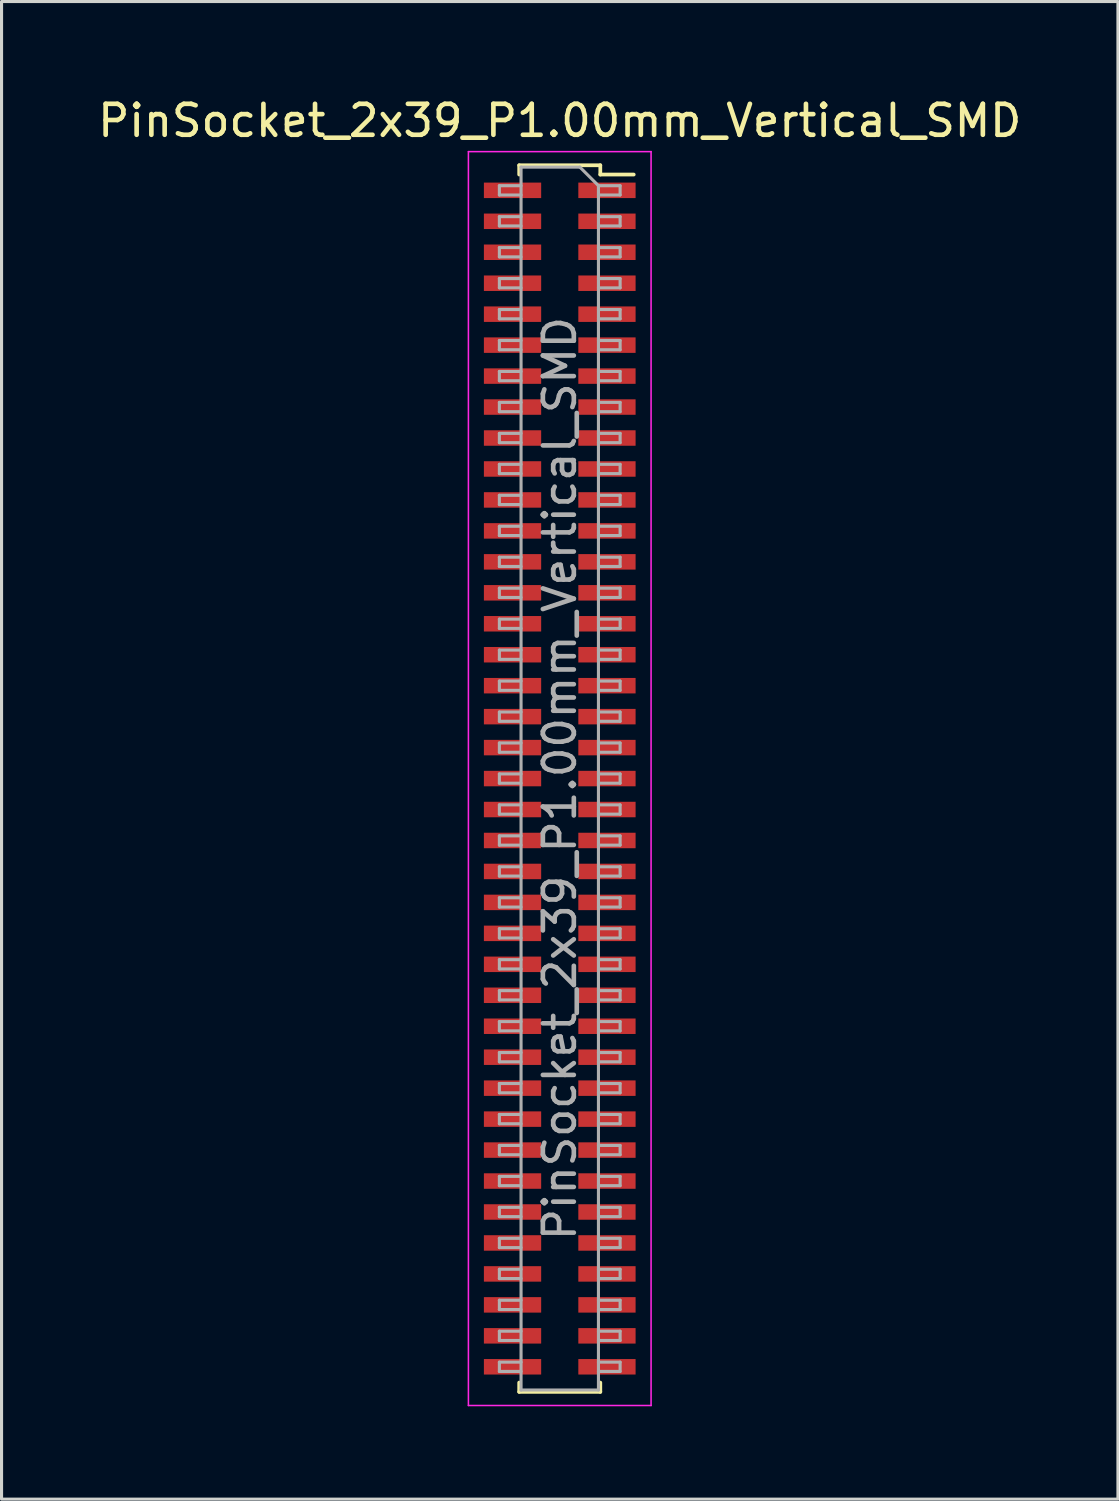
<source format=kicad_pcb>
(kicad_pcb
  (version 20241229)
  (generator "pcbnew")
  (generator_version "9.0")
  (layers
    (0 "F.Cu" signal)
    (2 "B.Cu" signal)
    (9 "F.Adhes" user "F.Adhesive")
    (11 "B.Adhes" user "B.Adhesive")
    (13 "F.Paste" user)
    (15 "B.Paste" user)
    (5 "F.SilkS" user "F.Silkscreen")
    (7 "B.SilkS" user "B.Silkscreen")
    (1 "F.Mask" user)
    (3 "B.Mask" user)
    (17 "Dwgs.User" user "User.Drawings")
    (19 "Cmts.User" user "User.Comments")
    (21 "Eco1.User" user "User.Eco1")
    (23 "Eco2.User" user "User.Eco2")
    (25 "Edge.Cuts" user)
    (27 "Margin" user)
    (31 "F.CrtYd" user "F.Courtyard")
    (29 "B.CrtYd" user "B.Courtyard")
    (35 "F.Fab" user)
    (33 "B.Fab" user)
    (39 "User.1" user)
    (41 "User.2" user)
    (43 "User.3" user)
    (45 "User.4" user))
  (footprint "PinSocket_2x39_P1.00mm_Vertical_SMD"
    (layer "F.Cu")
    (at 15.03 22.098)
    (property "Reference" "PinSocket_2x39_P1.00mm_Vertical_SMD" (at 0 -21.25 0) (layer "F.SilkS") (effects (font (size 1 1) (thickness 0.15))))
    (attr smd)
    (fp_line (start -1.31 -19.81) (end -1.31 -19.51) (stroke (width 0.12) (type solid)) (layer "F.SilkS"))
    (fp_line (start -1.31 -19.81) (end 1.31 -19.81) (stroke (width 0.12) (type solid)) (layer "F.SilkS"))
    (fp_line (start -1.31 19.51) (end -1.31 19.81) (stroke (width 0.12) (type solid)) (layer "F.SilkS"))
    (fp_line (start -1.31 19.81) (end 1.31 19.81) (stroke (width 0.12) (type solid)) (layer "F.SilkS"))
    (fp_line (start 1.31 -19.81) (end 1.31 -19.51) (stroke (width 0.12) (type solid)) (layer "F.SilkS"))
    (fp_line (start 1.31 -19.51) (end 2.39 -19.51) (stroke (width 0.12) (type solid)) (layer "F.SilkS"))
    (fp_line (start 1.31 19.51) (end 1.31 19.81) (stroke (width 0.12) (type solid)) (layer "F.SilkS"))
    (fp_line (start -2.95 -20.25) (end 2.95 -20.25) (stroke (width 0.05) (type solid)) (layer "F.CrtYd"))
    (fp_line (start -2.95 20.25) (end -2.95 -20.25) (stroke (width 0.05) (type solid)) (layer "F.CrtYd"))
    (fp_line (start 2.95 -20.25) (end 2.95 20.25) (stroke (width 0.05) (type solid)) (layer "F.CrtYd"))
    (fp_line (start 2.95 20.25) (end -2.95 20.25) (stroke (width 0.05) (type solid)) (layer "F.CrtYd"))
    (fp_line (start -1.95 -19.15) (end -1.25 -19.15) (stroke (width 0.1) (type solid)) (layer "F.Fab"))
    (fp_line (start -1.95 -18.85) (end -1.95 -19.15) (stroke (width 0.1) (type solid)) (layer "F.Fab"))
    (fp_line (start -1.95 -18.15) (end -1.25 -18.15) (stroke (width 0.1) (type solid)) (layer "F.Fab"))
    (fp_line (start -1.95 -17.85) (end -1.95 -18.15) (stroke (width 0.1) (type solid)) (layer "F.Fab"))
    (fp_line (start -1.95 -17.15) (end -1.25 -17.15) (stroke (width 0.1) (type solid)) (layer "F.Fab"))
    (fp_line (start -1.95 -16.85) (end -1.95 -17.15) (stroke (width 0.1) (type solid)) (layer "F.Fab"))
    (fp_line (start -1.95 -16.15) (end -1.25 -16.15) (stroke (width 0.1) (type solid)) (layer "F.Fab"))
    (fp_line (start -1.95 -15.85) (end -1.95 -16.15) (stroke (width 0.1) (type solid)) (layer "F.Fab"))
    (fp_line (start -1.95 -15.15) (end -1.25 -15.15) (stroke (width 0.1) (type solid)) (layer "F.Fab"))
    (fp_line (start -1.95 -14.85) (end -1.95 -15.15) (stroke (width 0.1) (type solid)) (layer "F.Fab"))
    (fp_line (start -1.95 -14.15) (end -1.25 -14.15) (stroke (width 0.1) (type solid)) (layer "F.Fab"))
    (fp_line (start -1.95 -13.85) (end -1.95 -14.15) (stroke (width 0.1) (type solid)) (layer "F.Fab"))
    (fp_line (start -1.95 -13.15) (end -1.25 -13.15) (stroke (width 0.1) (type solid)) (layer "F.Fab"))
    (fp_line (start -1.95 -12.85) (end -1.95 -13.15) (stroke (width 0.1) (type solid)) (layer "F.Fab"))
    (fp_line (start -1.95 -12.15) (end -1.25 -12.15) (stroke (width 0.1) (type solid)) (layer "F.Fab"))
    (fp_line (start -1.95 -11.85) (end -1.95 -12.15) (stroke (width 0.1) (type solid)) (layer "F.Fab"))
    (fp_line (start -1.95 -11.15) (end -1.25 -11.15) (stroke (width 0.1) (type solid)) (layer "F.Fab"))
    (fp_line (start -1.95 -10.85) (end -1.95 -11.15) (stroke (width 0.1) (type solid)) (layer "F.Fab"))
    (fp_line (start -1.95 -10.15) (end -1.25 -10.15) (stroke (width 0.1) (type solid)) (layer "F.Fab"))
    (fp_line (start -1.95 -9.85) (end -1.95 -10.15) (stroke (width 0.1) (type solid)) (layer "F.Fab"))
    (fp_line (start -1.95 -9.15) (end -1.25 -9.15) (stroke (width 0.1) (type solid)) (layer "F.Fab"))
    (fp_line (start -1.95 -8.85) (end -1.95 -9.15) (stroke (width 0.1) (type solid)) (layer "F.Fab"))
    (fp_line (start -1.95 -8.15) (end -1.25 -8.15) (stroke (width 0.1) (type solid)) (layer "F.Fab"))
    (fp_line (start -1.95 -7.85) (end -1.95 -8.15) (stroke (width 0.1) (type solid)) (layer "F.Fab"))
    (fp_line (start -1.95 -7.15) (end -1.25 -7.15) (stroke (width 0.1) (type solid)) (layer "F.Fab"))
    (fp_line (start -1.95 -6.85) (end -1.95 -7.15) (stroke (width 0.1) (type solid)) (layer "F.Fab"))
    (fp_line (start -1.95 -6.15) (end -1.25 -6.15) (stroke (width 0.1) (type solid)) (layer "F.Fab"))
    (fp_line (start -1.95 -5.85) (end -1.95 -6.15) (stroke (width 0.1) (type solid)) (layer "F.Fab"))
    (fp_line (start -1.95 -5.15) (end -1.25 -5.15) (stroke (width 0.1) (type solid)) (layer "F.Fab"))
    (fp_line (start -1.95 -4.85) (end -1.95 -5.15) (stroke (width 0.1) (type solid)) (layer "F.Fab"))
    (fp_line (start -1.95 -4.15) (end -1.25 -4.15) (stroke (width 0.1) (type solid)) (layer "F.Fab"))
    (fp_line (start -1.95 -3.85) (end -1.95 -4.15) (stroke (width 0.1) (type solid)) (layer "F.Fab"))
    (fp_line (start -1.95 -3.15) (end -1.25 -3.15) (stroke (width 0.1) (type solid)) (layer "F.Fab"))
    (fp_line (start -1.95 -2.85) (end -1.95 -3.15) (stroke (width 0.1) (type solid)) (layer "F.Fab"))
    (fp_line (start -1.95 -2.15) (end -1.25 -2.15) (stroke (width 0.1) (type solid)) (layer "F.Fab"))
    (fp_line (start -1.95 -1.85) (end -1.95 -2.15) (stroke (width 0.1) (type solid)) (layer "F.Fab"))
    (fp_line (start -1.95 -1.15) (end -1.25 -1.15) (stroke (width 0.1) (type solid)) (layer "F.Fab"))
    (fp_line (start -1.95 -0.85) (end -1.95 -1.15) (stroke (width 0.1) (type solid)) (layer "F.Fab"))
    (fp_line (start -1.95 -0.15) (end -1.25 -0.15) (stroke (width 0.1) (type solid)) (layer "F.Fab"))
    (fp_line (start -1.95 0.15) (end -1.95 -0.15) (stroke (width 0.1) (type solid)) (layer "F.Fab"))
    (fp_line (start -1.95 0.85) (end -1.25 0.85) (stroke (width 0.1) (type solid)) (layer "F.Fab"))
    (fp_line (start -1.95 1.15) (end -1.95 0.85) (stroke (width 0.1) (type solid)) (layer "F.Fab"))
    (fp_line (start -1.95 1.85) (end -1.25 1.85) (stroke (width 0.1) (type solid)) (layer "F.Fab"))
    (fp_line (start -1.95 2.15) (end -1.95 1.85) (stroke (width 0.1) (type solid)) (layer "F.Fab"))
    (fp_line (start -1.95 2.85) (end -1.25 2.85) (stroke (width 0.1) (type solid)) (layer "F.Fab"))
    (fp_line (start -1.95 3.15) (end -1.95 2.85) (stroke (width 0.1) (type solid)) (layer "F.Fab"))
    (fp_line (start -1.95 3.85) (end -1.25 3.85) (stroke (width 0.1) (type solid)) (layer "F.Fab"))
    (fp_line (start -1.95 4.15) (end -1.95 3.85) (stroke (width 0.1) (type solid)) (layer "F.Fab"))
    (fp_line (start -1.95 4.85) (end -1.25 4.85) (stroke (width 0.1) (type solid)) (layer "F.Fab"))
    (fp_line (start -1.95 5.15) (end -1.95 4.85) (stroke (width 0.1) (type solid)) (layer "F.Fab"))
    (fp_line (start -1.95 5.85) (end -1.25 5.85) (stroke (width 0.1) (type solid)) (layer "F.Fab"))
    (fp_line (start -1.95 6.15) (end -1.95 5.85) (stroke (width 0.1) (type solid)) (layer "F.Fab"))
    (fp_line (start -1.95 6.85) (end -1.25 6.85) (stroke (width 0.1) (type solid)) (layer "F.Fab"))
    (fp_line (start -1.95 7.15) (end -1.95 6.85) (stroke (width 0.1) (type solid)) (layer "F.Fab"))
    (fp_line (start -1.95 7.85) (end -1.25 7.85) (stroke (width 0.1) (type solid)) (layer "F.Fab"))
    (fp_line (start -1.95 8.15) (end -1.95 7.85) (stroke (width 0.1) (type solid)) (layer "F.Fab"))
    (fp_line (start -1.95 8.85) (end -1.25 8.85) (stroke (width 0.1) (type solid)) (layer "F.Fab"))
    (fp_line (start -1.95 9.15) (end -1.95 8.85) (stroke (width 0.1) (type solid)) (layer "F.Fab"))
    (fp_line (start -1.95 9.85) (end -1.25 9.85) (stroke (width 0.1) (type solid)) (layer "F.Fab"))
    (fp_line (start -1.95 10.15) (end -1.95 9.85) (stroke (width 0.1) (type solid)) (layer "F.Fab"))
    (fp_line (start -1.95 10.85) (end -1.25 10.85) (stroke (width 0.1) (type solid)) (layer "F.Fab"))
    (fp_line (start -1.95 11.15) (end -1.95 10.85) (stroke (width 0.1) (type solid)) (layer "F.Fab"))
    (fp_line (start -1.95 11.85) (end -1.25 11.85) (stroke (width 0.1) (type solid)) (layer "F.Fab"))
    (fp_line (start -1.95 12.15) (end -1.95 11.85) (stroke (width 0.1) (type solid)) (layer "F.Fab"))
    (fp_line (start -1.95 12.85) (end -1.25 12.85) (stroke (width 0.1) (type solid)) (layer "F.Fab"))
    (fp_line (start -1.95 13.15) (end -1.95 12.85) (stroke (width 0.1) (type solid)) (layer "F.Fab"))
    (fp_line (start -1.95 13.85) (end -1.25 13.85) (stroke (width 0.1) (type solid)) (layer "F.Fab"))
    (fp_line (start -1.95 14.15) (end -1.95 13.85) (stroke (width 0.1) (type solid)) (layer "F.Fab"))
    (fp_line (start -1.95 14.85) (end -1.25 14.85) (stroke (width 0.1) (type solid)) (layer "F.Fab"))
    (fp_line (start -1.95 15.15) (end -1.95 14.85) (stroke (width 0.1) (type solid)) (layer "F.Fab"))
    (fp_line (start -1.95 15.85) (end -1.25 15.85) (stroke (width 0.1) (type solid)) (layer "F.Fab"))
    (fp_line (start -1.95 16.15) (end -1.95 15.85) (stroke (width 0.1) (type solid)) (layer "F.Fab"))
    (fp_line (start -1.95 16.85) (end -1.25 16.85) (stroke (width 0.1) (type solid)) (layer "F.Fab"))
    (fp_line (start -1.95 17.15) (end -1.95 16.85) (stroke (width 0.1) (type solid)) (layer "F.Fab"))
    (fp_line (start -1.95 17.85) (end -1.25 17.85) (stroke (width 0.1) (type solid)) (layer "F.Fab"))
    (fp_line (start -1.95 18.15) (end -1.95 17.85) (stroke (width 0.1) (type solid)) (layer "F.Fab"))
    (fp_line (start -1.95 18.85) (end -1.25 18.85) (stroke (width 0.1) (type solid)) (layer "F.Fab"))
    (fp_line (start -1.95 19.15) (end -1.95 18.85) (stroke (width 0.1) (type solid)) (layer "F.Fab"))
    (fp_line (start -1.25 -19.75) (end 0.65 -19.75) (stroke (width 0.1) (type solid)) (layer "F.Fab"))
    (fp_line (start -1.25 -18.85) (end -1.95 -18.85) (stroke (width 0.1) (type solid)) (layer "F.Fab"))
    (fp_line (start -1.25 -17.85) (end -1.95 -17.85) (stroke (width 0.1) (type solid)) (layer "F.Fab"))
    (fp_line (start -1.25 -16.85) (end -1.95 -16.85) (stroke (width 0.1) (type solid)) (layer "F.Fab"))
    (fp_line (start -1.25 -15.85) (end -1.95 -15.85) (stroke (width 0.1) (type solid)) (layer "F.Fab"))
    (fp_line (start -1.25 -14.85) (end -1.95 -14.85) (stroke (width 0.1) (type solid)) (layer "F.Fab"))
    (fp_line (start -1.25 -13.85) (end -1.95 -13.85) (stroke (width 0.1) (type solid)) (layer "F.Fab"))
    (fp_line (start -1.25 -12.85) (end -1.95 -12.85) (stroke (width 0.1) (type solid)) (layer "F.Fab"))
    (fp_line (start -1.25 -11.85) (end -1.95 -11.85) (stroke (width 0.1) (type solid)) (layer "F.Fab"))
    (fp_line (start -1.25 -10.85) (end -1.95 -10.85) (stroke (width 0.1) (type solid)) (layer "F.Fab"))
    (fp_line (start -1.25 -9.85) (end -1.95 -9.85) (stroke (width 0.1) (type solid)) (layer "F.Fab"))
    (fp_line (start -1.25 -8.85) (end -1.95 -8.85) (stroke (width 0.1) (type solid)) (layer "F.Fab"))
    (fp_line (start -1.25 -7.85) (end -1.95 -7.85) (stroke (width 0.1) (type solid)) (layer "F.Fab"))
    (fp_line (start -1.25 -6.85) (end -1.95 -6.85) (stroke (width 0.1) (type solid)) (layer "F.Fab"))
    (fp_line (start -1.25 -5.85) (end -1.95 -5.85) (stroke (width 0.1) (type solid)) (layer "F.Fab"))
    (fp_line (start -1.25 -4.85) (end -1.95 -4.85) (stroke (width 0.1) (type solid)) (layer "F.Fab"))
    (fp_line (start -1.25 -3.85) (end -1.95 -3.85) (stroke (width 0.1) (type solid)) (layer "F.Fab"))
    (fp_line (start -1.25 -2.85) (end -1.95 -2.85) (stroke (width 0.1) (type solid)) (layer "F.Fab"))
    (fp_line (start -1.25 -1.85) (end -1.95 -1.85) (stroke (width 0.1) (type solid)) (layer "F.Fab"))
    (fp_line (start -1.25 -0.85) (end -1.95 -0.85) (stroke (width 0.1) (type solid)) (layer "F.Fab"))
    (fp_line (start -1.25 0.15) (end -1.95 0.15) (stroke (width 0.1) (type solid)) (layer "F.Fab"))
    (fp_line (start -1.25 1.15) (end -1.95 1.15) (stroke (width 0.1) (type solid)) (layer "F.Fab"))
    (fp_line (start -1.25 2.15) (end -1.95 2.15) (stroke (width 0.1) (type solid)) (layer "F.Fab"))
    (fp_line (start -1.25 3.15) (end -1.95 3.15) (stroke (width 0.1) (type solid)) (layer "F.Fab"))
    (fp_line (start -1.25 4.15) (end -1.95 4.15) (stroke (width 0.1) (type solid)) (layer "F.Fab"))
    (fp_line (start -1.25 5.15) (end -1.95 5.15) (stroke (width 0.1) (type solid)) (layer "F.Fab"))
    (fp_line (start -1.25 6.15) (end -1.95 6.15) (stroke (width 0.1) (type solid)) (layer "F.Fab"))
    (fp_line (start -1.25 7.15) (end -1.95 7.15) (stroke (width 0.1) (type solid)) (layer "F.Fab"))
    (fp_line (start -1.25 8.15) (end -1.95 8.15) (stroke (width 0.1) (type solid)) (layer "F.Fab"))
    (fp_line (start -1.25 9.15) (end -1.95 9.15) (stroke (width 0.1) (type solid)) (layer "F.Fab"))
    (fp_line (start -1.25 10.15) (end -1.95 10.15) (stroke (width 0.1) (type solid)) (layer "F.Fab"))
    (fp_line (start -1.25 11.15) (end -1.95 11.15) (stroke (width 0.1) (type solid)) (layer "F.Fab"))
    (fp_line (start -1.25 12.15) (end -1.95 12.15) (stroke (width 0.1) (type solid)) (layer "F.Fab"))
    (fp_line (start -1.25 13.15) (end -1.95 13.15) (stroke (width 0.1) (type solid)) (layer "F.Fab"))
    (fp_line (start -1.25 14.15) (end -1.95 14.15) (stroke (width 0.1) (type solid)) (layer "F.Fab"))
    (fp_line (start -1.25 15.15) (end -1.95 15.15) (stroke (width 0.1) (type solid)) (layer "F.Fab"))
    (fp_line (start -1.25 16.15) (end -1.95 16.15) (stroke (width 0.1) (type solid)) (layer "F.Fab"))
    (fp_line (start -1.25 17.15) (end -1.95 17.15) (stroke (width 0.1) (type solid)) (layer "F.Fab"))
    (fp_line (start -1.25 18.15) (end -1.95 18.15) (stroke (width 0.1) (type solid)) (layer "F.Fab"))
    (fp_line (start -1.25 19.15) (end -1.95 19.15) (stroke (width 0.1) (type solid)) (layer "F.Fab"))
    (fp_line (start -1.25 19.75) (end -1.25 -19.75) (stroke (width 0.1) (type solid)) (layer "F.Fab"))
    (fp_line (start 0.65 -19.75) (end 1.25 -19.15) (stroke (width 0.1) (type solid)) (layer "F.Fab"))
    (fp_line (start 1.25 -19.15) (end 1.25 19.75) (stroke (width 0.1) (type solid)) (layer "F.Fab"))
    (fp_line (start 1.25 -19.15) (end 1.95 -19.15) (stroke (width 0.1) (type solid)) (layer "F.Fab"))
    (fp_line (start 1.25 -18.15) (end 1.95 -18.15) (stroke (width 0.1) (type solid)) (layer "F.Fab"))
    (fp_line (start 1.25 -17.15) (end 1.95 -17.15) (stroke (width 0.1) (type solid)) (layer "F.Fab"))
    (fp_line (start 1.25 -16.15) (end 1.95 -16.15) (stroke (width 0.1) (type solid)) (layer "F.Fab"))
    (fp_line (start 1.25 -15.15) (end 1.95 -15.15) (stroke (width 0.1) (type solid)) (layer "F.Fab"))
    (fp_line (start 1.25 -14.15) (end 1.95 -14.15) (stroke (width 0.1) (type solid)) (layer "F.Fab"))
    (fp_line (start 1.25 -13.15) (end 1.95 -13.15) (stroke (width 0.1) (type solid)) (layer "F.Fab"))
    (fp_line (start 1.25 -12.15) (end 1.95 -12.15) (stroke (width 0.1) (type solid)) (layer "F.Fab"))
    (fp_line (start 1.25 -11.15) (end 1.95 -11.15) (stroke (width 0.1) (type solid)) (layer "F.Fab"))
    (fp_line (start 1.25 -10.15) (end 1.95 -10.15) (stroke (width 0.1) (type solid)) (layer "F.Fab"))
    (fp_line (start 1.25 -9.15) (end 1.95 -9.15) (stroke (width 0.1) (type solid)) (layer "F.Fab"))
    (fp_line (start 1.25 -8.15) (end 1.95 -8.15) (stroke (width 0.1) (type solid)) (layer "F.Fab"))
    (fp_line (start 1.25 -7.15) (end 1.95 -7.15) (stroke (width 0.1) (type solid)) (layer "F.Fab"))
    (fp_line (start 1.25 -6.15) (end 1.95 -6.15) (stroke (width 0.1) (type solid)) (layer "F.Fab"))
    (fp_line (start 1.25 -5.15) (end 1.95 -5.15) (stroke (width 0.1) (type solid)) (layer "F.Fab"))
    (fp_line (start 1.25 -4.15) (end 1.95 -4.15) (stroke (width 0.1) (type solid)) (layer "F.Fab"))
    (fp_line (start 1.25 -3.15) (end 1.95 -3.15) (stroke (width 0.1) (type solid)) (layer "F.Fab"))
    (fp_line (start 1.25 -2.15) (end 1.95 -2.15) (stroke (width 0.1) (type solid)) (layer "F.Fab"))
    (fp_line (start 1.25 -1.15) (end 1.95 -1.15) (stroke (width 0.1) (type solid)) (layer "F.Fab"))
    (fp_line (start 1.25 -0.15) (end 1.95 -0.15) (stroke (width 0.1) (type solid)) (layer "F.Fab"))
    (fp_line (start 1.25 0.85) (end 1.95 0.85) (stroke (width 0.1) (type solid)) (layer "F.Fab"))
    (fp_line (start 1.25 1.85) (end 1.95 1.85) (stroke (width 0.1) (type solid)) (layer "F.Fab"))
    (fp_line (start 1.25 2.85) (end 1.95 2.85) (stroke (width 0.1) (type solid)) (layer "F.Fab"))
    (fp_line (start 1.25 3.85) (end 1.95 3.85) (stroke (width 0.1) (type solid)) (layer "F.Fab"))
    (fp_line (start 1.25 4.85) (end 1.95 4.85) (stroke (width 0.1) (type solid)) (layer "F.Fab"))
    (fp_line (start 1.25 5.85) (end 1.95 5.85) (stroke (width 0.1) (type solid)) (layer "F.Fab"))
    (fp_line (start 1.25 6.85) (end 1.95 6.85) (stroke (width 0.1) (type solid)) (layer "F.Fab"))
    (fp_line (start 1.25 7.85) (end 1.95 7.85) (stroke (width 0.1) (type solid)) (layer "F.Fab"))
    (fp_line (start 1.25 8.85) (end 1.95 8.85) (stroke (width 0.1) (type solid)) (layer "F.Fab"))
    (fp_line (start 1.25 9.85) (end 1.95 9.85) (stroke (width 0.1) (type solid)) (layer "F.Fab"))
    (fp_line (start 1.25 10.85) (end 1.95 10.85) (stroke (width 0.1) (type solid)) (layer "F.Fab"))
    (fp_line (start 1.25 11.85) (end 1.95 11.85) (stroke (width 0.1) (type solid)) (layer "F.Fab"))
    (fp_line (start 1.25 12.85) (end 1.95 12.85) (stroke (width 0.1) (type solid)) (layer "F.Fab"))
    (fp_line (start 1.25 13.85) (end 1.95 13.85) (stroke (width 0.1) (type solid)) (layer "F.Fab"))
    (fp_line (start 1.25 14.85) (end 1.95 14.85) (stroke (width 0.1) (type solid)) (layer "F.Fab"))
    (fp_line (start 1.25 15.85) (end 1.95 15.85) (stroke (width 0.1) (type solid)) (layer "F.Fab"))
    (fp_line (start 1.25 16.85) (end 1.95 16.85) (stroke (width 0.1) (type solid)) (layer "F.Fab"))
    (fp_line (start 1.25 17.85) (end 1.95 17.85) (stroke (width 0.1) (type solid)) (layer "F.Fab"))
    (fp_line (start 1.25 18.85) (end 1.95 18.85) (stroke (width 0.1) (type solid)) (layer "F.Fab"))
    (fp_line (start 1.25 19.75) (end -1.25 19.75) (stroke (width 0.1) (type solid)) (layer "F.Fab"))
    (fp_line (start 1.95 -19.15) (end 1.95 -18.85) (stroke (width 0.1) (type solid)) (layer "F.Fab"))
    (fp_line (start 1.95 -18.85) (end 1.25 -18.85) (stroke (width 0.1) (type solid)) (layer "F.Fab"))
    (fp_line (start 1.95 -18.15) (end 1.95 -17.85) (stroke (width 0.1) (type solid)) (layer "F.Fab"))
    (fp_line (start 1.95 -17.85) (end 1.25 -17.85) (stroke (width 0.1) (type solid)) (layer "F.Fab"))
    (fp_line (start 1.95 -17.15) (end 1.95 -16.85) (stroke (width 0.1) (type solid)) (layer "F.Fab"))
    (fp_line (start 1.95 -16.85) (end 1.25 -16.85) (stroke (width 0.1) (type solid)) (layer "F.Fab"))
    (fp_line (start 1.95 -16.15) (end 1.95 -15.85) (stroke (width 0.1) (type solid)) (layer "F.Fab"))
    (fp_line (start 1.95 -15.85) (end 1.25 -15.85) (stroke (width 0.1) (type solid)) (layer "F.Fab"))
    (fp_line (start 1.95 -15.15) (end 1.95 -14.85) (stroke (width 0.1) (type solid)) (layer "F.Fab"))
    (fp_line (start 1.95 -14.85) (end 1.25 -14.85) (stroke (width 0.1) (type solid)) (layer "F.Fab"))
    (fp_line (start 1.95 -14.15) (end 1.95 -13.85) (stroke (width 0.1) (type solid)) (layer "F.Fab"))
    (fp_line (start 1.95 -13.85) (end 1.25 -13.85) (stroke (width 0.1) (type solid)) (layer "F.Fab"))
    (fp_line (start 1.95 -13.15) (end 1.95 -12.85) (stroke (width 0.1) (type solid)) (layer "F.Fab"))
    (fp_line (start 1.95 -12.85) (end 1.25 -12.85) (stroke (width 0.1) (type solid)) (layer "F.Fab"))
    (fp_line (start 1.95 -12.15) (end 1.95 -11.85) (stroke (width 0.1) (type solid)) (layer "F.Fab"))
    (fp_line (start 1.95 -11.85) (end 1.25 -11.85) (stroke (width 0.1) (type solid)) (layer "F.Fab"))
    (fp_line (start 1.95 -11.15) (end 1.95 -10.85) (stroke (width 0.1) (type solid)) (layer "F.Fab"))
    (fp_line (start 1.95 -10.85) (end 1.25 -10.85) (stroke (width 0.1) (type solid)) (layer "F.Fab"))
    (fp_line (start 1.95 -10.15) (end 1.95 -9.85) (stroke (width 0.1) (type solid)) (layer "F.Fab"))
    (fp_line (start 1.95 -9.85) (end 1.25 -9.85) (stroke (width 0.1) (type solid)) (layer "F.Fab"))
    (fp_line (start 1.95 -9.15) (end 1.95 -8.85) (stroke (width 0.1) (type solid)) (layer "F.Fab"))
    (fp_line (start 1.95 -8.85) (end 1.25 -8.85) (stroke (width 0.1) (type solid)) (layer "F.Fab"))
    (fp_line (start 1.95 -8.15) (end 1.95 -7.85) (stroke (width 0.1) (type solid)) (layer "F.Fab"))
    (fp_line (start 1.95 -7.85) (end 1.25 -7.85) (stroke (width 0.1) (type solid)) (layer "F.Fab"))
    (fp_line (start 1.95 -7.15) (end 1.95 -6.85) (stroke (width 0.1) (type solid)) (layer "F.Fab"))
    (fp_line (start 1.95 -6.85) (end 1.25 -6.85) (stroke (width 0.1) (type solid)) (layer "F.Fab"))
    (fp_line (start 1.95 -6.15) (end 1.95 -5.85) (stroke (width 0.1) (type solid)) (layer "F.Fab"))
    (fp_line (start 1.95 -5.85) (end 1.25 -5.85) (stroke (width 0.1) (type solid)) (layer "F.Fab"))
    (fp_line (start 1.95 -5.15) (end 1.95 -4.85) (stroke (width 0.1) (type solid)) (layer "F.Fab"))
    (fp_line (start 1.95 -4.85) (end 1.25 -4.85) (stroke (width 0.1) (type solid)) (layer "F.Fab"))
    (fp_line (start 1.95 -4.15) (end 1.95 -3.85) (stroke (width 0.1) (type solid)) (layer "F.Fab"))
    (fp_line (start 1.95 -3.85) (end 1.25 -3.85) (stroke (width 0.1) (type solid)) (layer "F.Fab"))
    (fp_line (start 1.95 -3.15) (end 1.95 -2.85) (stroke (width 0.1) (type solid)) (layer "F.Fab"))
    (fp_line (start 1.95 -2.85) (end 1.25 -2.85) (stroke (width 0.1) (type solid)) (layer "F.Fab"))
    (fp_line (start 1.95 -2.15) (end 1.95 -1.85) (stroke (width 0.1) (type solid)) (layer "F.Fab"))
    (fp_line (start 1.95 -1.85) (end 1.25 -1.85) (stroke (width 0.1) (type solid)) (layer "F.Fab"))
    (fp_line (start 1.95 -1.15) (end 1.95 -0.85) (stroke (width 0.1) (type solid)) (layer "F.Fab"))
    (fp_line (start 1.95 -0.85) (end 1.25 -0.85) (stroke (width 0.1) (type solid)) (layer "F.Fab"))
    (fp_line (start 1.95 -0.15) (end 1.95 0.15) (stroke (width 0.1) (type solid)) (layer "F.Fab"))
    (fp_line (start 1.95 0.15) (end 1.25 0.15) (stroke (width 0.1) (type solid)) (layer "F.Fab"))
    (fp_line (start 1.95 0.85) (end 1.95 1.15) (stroke (width 0.1) (type solid)) (layer "F.Fab"))
    (fp_line (start 1.95 1.15) (end 1.25 1.15) (stroke (width 0.1) (type solid)) (layer "F.Fab"))
    (fp_line (start 1.95 1.85) (end 1.95 2.15) (stroke (width 0.1) (type solid)) (layer "F.Fab"))
    (fp_line (start 1.95 2.15) (end 1.25 2.15) (stroke (width 0.1) (type solid)) (layer "F.Fab"))
    (fp_line (start 1.95 2.85) (end 1.95 3.15) (stroke (width 0.1) (type solid)) (layer "F.Fab"))
    (fp_line (start 1.95 3.15) (end 1.25 3.15) (stroke (width 0.1) (type solid)) (layer "F.Fab"))
    (fp_line (start 1.95 3.85) (end 1.95 4.15) (stroke (width 0.1) (type solid)) (layer "F.Fab"))
    (fp_line (start 1.95 4.15) (end 1.25 4.15) (stroke (width 0.1) (type solid)) (layer "F.Fab"))
    (fp_line (start 1.95 4.85) (end 1.95 5.15) (stroke (width 0.1) (type solid)) (layer "F.Fab"))
    (fp_line (start 1.95 5.15) (end 1.25 5.15) (stroke (width 0.1) (type solid)) (layer "F.Fab"))
    (fp_line (start 1.95 5.85) (end 1.95 6.15) (stroke (width 0.1) (type solid)) (layer "F.Fab"))
    (fp_line (start 1.95 6.15) (end 1.25 6.15) (stroke (width 0.1) (type solid)) (layer "F.Fab"))
    (fp_line (start 1.95 6.85) (end 1.95 7.15) (stroke (width 0.1) (type solid)) (layer "F.Fab"))
    (fp_line (start 1.95 7.15) (end 1.25 7.15) (stroke (width 0.1) (type solid)) (layer "F.Fab"))
    (fp_line (start 1.95 7.85) (end 1.95 8.15) (stroke (width 0.1) (type solid)) (layer "F.Fab"))
    (fp_line (start 1.95 8.15) (end 1.25 8.15) (stroke (width 0.1) (type solid)) (layer "F.Fab"))
    (fp_line (start 1.95 8.85) (end 1.95 9.15) (stroke (width 0.1) (type solid)) (layer "F.Fab"))
    (fp_line (start 1.95 9.15) (end 1.25 9.15) (stroke (width 0.1) (type solid)) (layer "F.Fab"))
    (fp_line (start 1.95 9.85) (end 1.95 10.15) (stroke (width 0.1) (type solid)) (layer "F.Fab"))
    (fp_line (start 1.95 10.15) (end 1.25 10.15) (stroke (width 0.1) (type solid)) (layer "F.Fab"))
    (fp_line (start 1.95 10.85) (end 1.95 11.15) (stroke (width 0.1) (type solid)) (layer "F.Fab"))
    (fp_line (start 1.95 11.15) (end 1.25 11.15) (stroke (width 0.1) (type solid)) (layer "F.Fab"))
    (fp_line (start 1.95 11.85) (end 1.95 12.15) (stroke (width 0.1) (type solid)) (layer "F.Fab"))
    (fp_line (start 1.95 12.15) (end 1.25 12.15) (stroke (width 0.1) (type solid)) (layer "F.Fab"))
    (fp_line (start 1.95 12.85) (end 1.95 13.15) (stroke (width 0.1) (type solid)) (layer "F.Fab"))
    (fp_line (start 1.95 13.15) (end 1.25 13.15) (stroke (width 0.1) (type solid)) (layer "F.Fab"))
    (fp_line (start 1.95 13.85) (end 1.95 14.15) (stroke (width 0.1) (type solid)) (layer "F.Fab"))
    (fp_line (start 1.95 14.15) (end 1.25 14.15) (stroke (width 0.1) (type solid)) (layer "F.Fab"))
    (fp_line (start 1.95 14.85) (end 1.95 15.15) (stroke (width 0.1) (type solid)) (layer "F.Fab"))
    (fp_line (start 1.95 15.15) (end 1.25 15.15) (stroke (width 0.1) (type solid)) (layer "F.Fab"))
    (fp_line (start 1.95 15.85) (end 1.95 16.15) (stroke (width 0.1) (type solid)) (layer "F.Fab"))
    (fp_line (start 1.95 16.15) (end 1.25 16.15) (stroke (width 0.1) (type solid)) (layer "F.Fab"))
    (fp_line (start 1.95 16.85) (end 1.95 17.15) (stroke (width 0.1) (type solid)) (layer "F.Fab"))
    (fp_line (start 1.95 17.15) (end 1.25 17.15) (stroke (width 0.1) (type solid)) (layer "F.Fab"))
    (fp_line (start 1.95 17.85) (end 1.95 18.15) (stroke (width 0.1) (type solid)) (layer "F.Fab"))
    (fp_line (start 1.95 18.15) (end 1.25 18.15) (stroke (width 0.1) (type solid)) (layer "F.Fab"))
    (fp_line (start 1.95 18.85) (end 1.95 19.15) (stroke (width 0.1) (type solid)) (layer "F.Fab"))
    (fp_line (start 1.95 19.15) (end 1.25 19.15) (stroke (width 0.1) (type solid)) (layer "F.Fab"))
    (fp_text user "${REFERENCE}" (at 0 0 90) (layer "F.Fab") (effects (font (size 1 1) (thickness 0.15))))
    (pad "1" smd rect (at 1.525 -19) (size 1.85 0.5) (layers "F.Cu" "F.Mask" "F.Paste"))
    (pad "2" smd rect (at -1.525 -19) (size 1.85 0.5) (layers "F.Cu" "F.Mask" "F.Paste"))
    (pad "3" smd rect (at 1.525 -18) (size 1.85 0.5) (layers "F.Cu" "F.Mask" "F.Paste"))
    (pad "4" smd rect (at -1.525 -18) (size 1.85 0.5) (layers "F.Cu" "F.Mask" "F.Paste"))
    (pad "5" smd rect (at 1.525 -17) (size 1.85 0.5) (layers "F.Cu" "F.Mask" "F.Paste"))
    (pad "6" smd rect (at -1.525 -17) (size 1.85 0.5) (layers "F.Cu" "F.Mask" "F.Paste"))
    (pad "7" smd rect (at 1.525 -16) (size 1.85 0.5) (layers "F.Cu" "F.Mask" "F.Paste"))
    (pad "8" smd rect (at -1.525 -16) (size 1.85 0.5) (layers "F.Cu" "F.Mask" "F.Paste"))
    (pad "9" smd rect (at 1.525 -15) (size 1.85 0.5) (layers "F.Cu" "F.Mask" "F.Paste"))
    (pad "10" smd rect (at -1.525 -15) (size 1.85 0.5) (layers "F.Cu" "F.Mask" "F.Paste"))
    (pad "11" smd rect (at 1.525 -14) (size 1.85 0.5) (layers "F.Cu" "F.Mask" "F.Paste"))
    (pad "12" smd rect (at -1.525 -14) (size 1.85 0.5) (layers "F.Cu" "F.Mask" "F.Paste"))
    (pad "13" smd rect (at 1.525 -13) (size 1.85 0.5) (layers "F.Cu" "F.Mask" "F.Paste"))
    (pad "14" smd rect (at -1.525 -13) (size 1.85 0.5) (layers "F.Cu" "F.Mask" "F.Paste"))
    (pad "15" smd rect (at 1.525 -12) (size 1.85 0.5) (layers "F.Cu" "F.Mask" "F.Paste"))
    (pad "16" smd rect (at -1.525 -12) (size 1.85 0.5) (layers "F.Cu" "F.Mask" "F.Paste"))
    (pad "17" smd rect (at 1.525 -11) (size 1.85 0.5) (layers "F.Cu" "F.Mask" "F.Paste"))
    (pad "18" smd rect (at -1.525 -11) (size 1.85 0.5) (layers "F.Cu" "F.Mask" "F.Paste"))
    (pad "19" smd rect (at 1.525 -10) (size 1.85 0.5) (layers "F.Cu" "F.Mask" "F.Paste"))
    (pad "20" smd rect (at -1.525 -10) (size 1.85 0.5) (layers "F.Cu" "F.Mask" "F.Paste"))
    (pad "21" smd rect (at 1.525 -9) (size 1.85 0.5) (layers "F.Cu" "F.Mask" "F.Paste"))
    (pad "22" smd rect (at -1.525 -9) (size 1.85 0.5) (layers "F.Cu" "F.Mask" "F.Paste"))
    (pad "23" smd rect (at 1.525 -8) (size 1.85 0.5) (layers "F.Cu" "F.Mask" "F.Paste"))
    (pad "24" smd rect (at -1.525 -8) (size 1.85 0.5) (layers "F.Cu" "F.Mask" "F.Paste"))
    (pad "25" smd rect (at 1.525 -7) (size 1.85 0.5) (layers "F.Cu" "F.Mask" "F.Paste"))
    (pad "26" smd rect (at -1.525 -7) (size 1.85 0.5) (layers "F.Cu" "F.Mask" "F.Paste"))
    (pad "27" smd rect (at 1.525 -6) (size 1.85 0.5) (layers "F.Cu" "F.Mask" "F.Paste"))
    (pad "28" smd rect (at -1.525 -6) (size 1.85 0.5) (layers "F.Cu" "F.Mask" "F.Paste"))
    (pad "29" smd rect (at 1.525 -5) (size 1.85 0.5) (layers "F.Cu" "F.Mask" "F.Paste"))
    (pad "30" smd rect (at -1.525 -5) (size 1.85 0.5) (layers "F.Cu" "F.Mask" "F.Paste"))
    (pad "31" smd rect (at 1.525 -4) (size 1.85 0.5) (layers "F.Cu" "F.Mask" "F.Paste"))
    (pad "32" smd rect (at -1.525 -4) (size 1.85 0.5) (layers "F.Cu" "F.Mask" "F.Paste"))
    (pad "33" smd rect (at 1.525 -3) (size 1.85 0.5) (layers "F.Cu" "F.Mask" "F.Paste"))
    (pad "34" smd rect (at -1.525 -3) (size 1.85 0.5) (layers "F.Cu" "F.Mask" "F.Paste"))
    (pad "35" smd rect (at 1.525 -2) (size 1.85 0.5) (layers "F.Cu" "F.Mask" "F.Paste"))
    (pad "36" smd rect (at -1.525 -2) (size 1.85 0.5) (layers "F.Cu" "F.Mask" "F.Paste"))
    (pad "37" smd rect (at 1.525 -1) (size 1.85 0.5) (layers "F.Cu" "F.Mask" "F.Paste"))
    (pad "38" smd rect (at -1.525 -1) (size 1.85 0.5) (layers "F.Cu" "F.Mask" "F.Paste"))
    (pad "39" smd rect (at 1.525 0) (size 1.85 0.5) (layers "F.Cu" "F.Mask" "F.Paste"))
    (pad "40" smd rect (at -1.525 0) (size 1.85 0.5) (layers "F.Cu" "F.Mask" "F.Paste"))
    (pad "41" smd rect (at 1.525 1) (size 1.85 0.5) (layers "F.Cu" "F.Mask" "F.Paste"))
    (pad "42" smd rect (at -1.525 1) (size 1.85 0.5) (layers "F.Cu" "F.Mask" "F.Paste"))
    (pad "43" smd rect (at 1.525 2) (size 1.85 0.5) (layers "F.Cu" "F.Mask" "F.Paste"))
    (pad "44" smd rect (at -1.525 2) (size 1.85 0.5) (layers "F.Cu" "F.Mask" "F.Paste"))
    (pad "45" smd rect (at 1.525 3) (size 1.85 0.5) (layers "F.Cu" "F.Mask" "F.Paste"))
    (pad "46" smd rect (at -1.525 3) (size 1.85 0.5) (layers "F.Cu" "F.Mask" "F.Paste"))
    (pad "47" smd rect (at 1.525 4) (size 1.85 0.5) (layers "F.Cu" "F.Mask" "F.Paste"))
    (pad "48" smd rect (at -1.525 4) (size 1.85 0.5) (layers "F.Cu" "F.Mask" "F.Paste"))
    (pad "49" smd rect (at 1.525 5) (size 1.85 0.5) (layers "F.Cu" "F.Mask" "F.Paste"))
    (pad "50" smd rect (at -1.525 5) (size 1.85 0.5) (layers "F.Cu" "F.Mask" "F.Paste"))
    (pad "51" smd rect (at 1.525 6) (size 1.85 0.5) (layers "F.Cu" "F.Mask" "F.Paste"))
    (pad "52" smd rect (at -1.525 6) (size 1.85 0.5) (layers "F.Cu" "F.Mask" "F.Paste"))
    (pad "53" smd rect (at 1.525 7) (size 1.85 0.5) (layers "F.Cu" "F.Mask" "F.Paste"))
    (pad "54" smd rect (at -1.525 7) (size 1.85 0.5) (layers "F.Cu" "F.Mask" "F.Paste"))
    (pad "55" smd rect (at 1.525 8) (size 1.85 0.5) (layers "F.Cu" "F.Mask" "F.Paste"))
    (pad "56" smd rect (at -1.525 8) (size 1.85 0.5) (layers "F.Cu" "F.Mask" "F.Paste"))
    (pad "57" smd rect (at 1.525 9) (size 1.85 0.5) (layers "F.Cu" "F.Mask" "F.Paste"))
    (pad "58" smd rect (at -1.525 9) (size 1.85 0.5) (layers "F.Cu" "F.Mask" "F.Paste"))
    (pad "59" smd rect (at 1.525 10) (size 1.85 0.5) (layers "F.Cu" "F.Mask" "F.Paste"))
    (pad "60" smd rect (at -1.525 10) (size 1.85 0.5) (layers "F.Cu" "F.Mask" "F.Paste"))
    (pad "61" smd rect (at 1.525 11) (size 1.85 0.5) (layers "F.Cu" "F.Mask" "F.Paste"))
    (pad "62" smd rect (at -1.525 11) (size 1.85 0.5) (layers "F.Cu" "F.Mask" "F.Paste"))
    (pad "63" smd rect (at 1.525 12) (size 1.85 0.5) (layers "F.Cu" "F.Mask" "F.Paste"))
    (pad "64" smd rect (at -1.525 12) (size 1.85 0.5) (layers "F.Cu" "F.Mask" "F.Paste"))
    (pad "65" smd rect (at 1.525 13) (size 1.85 0.5) (layers "F.Cu" "F.Mask" "F.Paste"))
    (pad "66" smd rect (at -1.525 13) (size 1.85 0.5) (layers "F.Cu" "F.Mask" "F.Paste"))
    (pad "67" smd rect (at 1.525 14) (size 1.85 0.5) (layers "F.Cu" "F.Mask" "F.Paste"))
    (pad "68" smd rect (at -1.525 14) (size 1.85 0.5) (layers "F.Cu" "F.Mask" "F.Paste"))
    (pad "69" smd rect (at 1.525 15) (size 1.85 0.5) (layers "F.Cu" "F.Mask" "F.Paste"))
    (pad "70" smd rect (at -1.525 15) (size 1.85 0.5) (layers "F.Cu" "F.Mask" "F.Paste"))
    (pad "71" smd rect (at 1.525 16) (size 1.85 0.5) (layers "F.Cu" "F.Mask" "F.Paste"))
    (pad "72" smd rect (at -1.525 16) (size 1.85 0.5) (layers "F.Cu" "F.Mask" "F.Paste"))
    (pad "73" smd rect (at 1.525 17) (size 1.85 0.5) (layers "F.Cu" "F.Mask" "F.Paste"))
    (pad "74" smd rect (at -1.525 17) (size 1.85 0.5) (layers "F.Cu" "F.Mask" "F.Paste"))
    (pad "75" smd rect (at 1.525 18) (size 1.85 0.5) (layers "F.Cu" "F.Mask" "F.Paste"))
    (pad "76" smd rect (at -1.525 18) (size 1.85 0.5) (layers "F.Cu" "F.Mask" "F.Paste"))
    (pad "77" smd rect (at 1.525 19) (size 1.85 0.5) (layers "F.Cu" "F.Mask" "F.Paste"))
    (pad "78" smd rect (at -1.525 19) (size 1.85 0.5) (layers "F.Cu" "F.Mask" "F.Paste")))
  (gr_rect
    (start -3 -3)
    (end 33.06 45.373)
    (stroke (width 0.1) (type default))
    (fill no)
    (layer "Edge.Cuts")))
</source>
